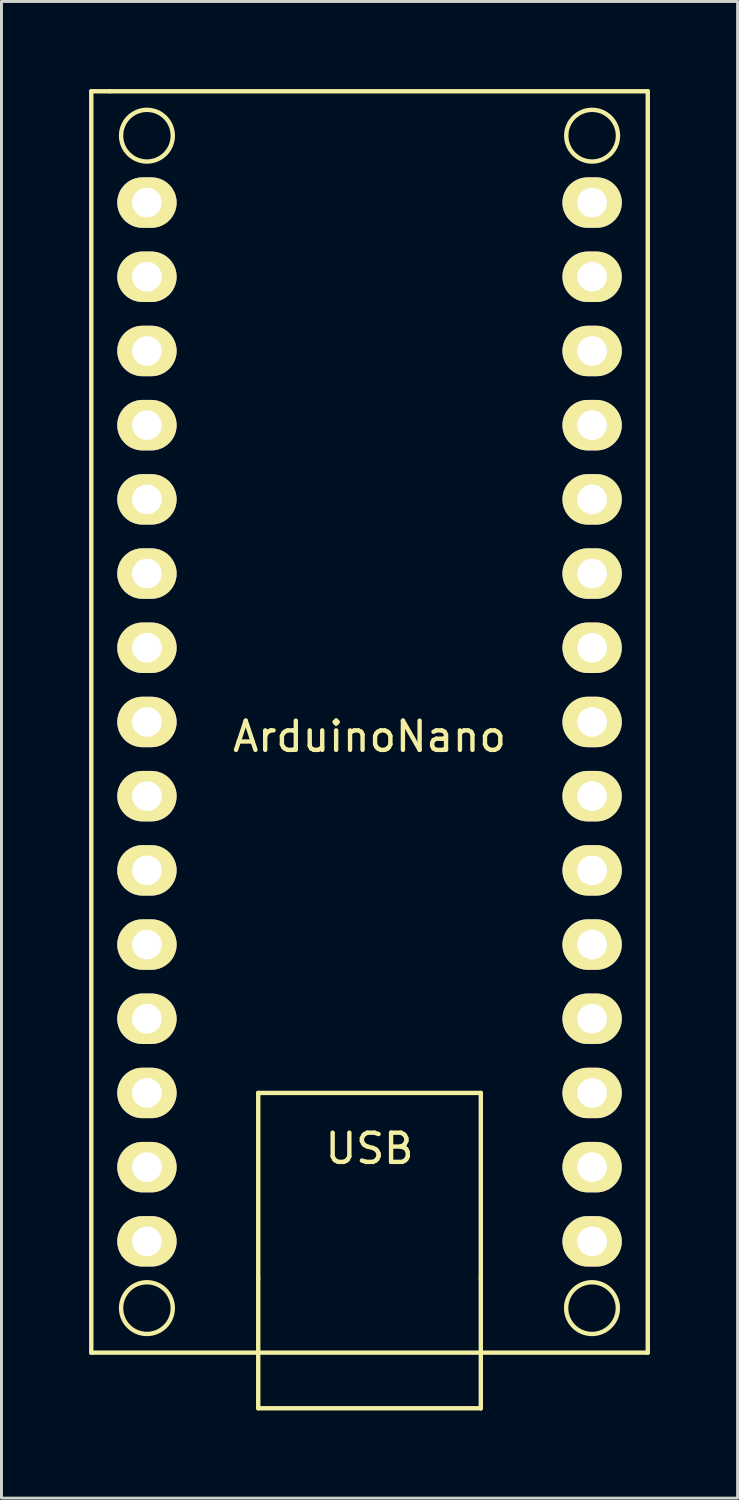
<source format=kicad_pcb>
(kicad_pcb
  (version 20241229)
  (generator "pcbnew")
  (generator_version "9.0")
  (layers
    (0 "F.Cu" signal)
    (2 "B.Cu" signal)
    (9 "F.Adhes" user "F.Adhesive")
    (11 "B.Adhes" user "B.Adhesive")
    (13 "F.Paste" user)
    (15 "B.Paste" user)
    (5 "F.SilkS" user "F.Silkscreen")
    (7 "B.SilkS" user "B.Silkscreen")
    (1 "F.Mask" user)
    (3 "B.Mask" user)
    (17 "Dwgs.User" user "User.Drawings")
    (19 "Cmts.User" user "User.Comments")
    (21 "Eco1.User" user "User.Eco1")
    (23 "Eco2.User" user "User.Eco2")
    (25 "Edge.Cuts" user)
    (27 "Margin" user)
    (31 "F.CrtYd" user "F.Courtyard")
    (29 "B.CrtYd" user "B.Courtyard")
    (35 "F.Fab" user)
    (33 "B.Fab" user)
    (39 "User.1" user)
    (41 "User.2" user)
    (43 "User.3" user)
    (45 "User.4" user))
  (footprint "ArduinoNano"
    (layer "F.Cu")
    (at 9.6 21.665)
    (property "Reference" "ArduinoNano" (at 0 0.5 0) (layer "F.SilkS") (effects (font (size 1 1) (thickness 0.15))))
    (attr through_hole)
    (fp_line (start -9.525 -21.59) (end -9.525 21.59) (stroke (width 0.15) (type solid)) (layer "F.SilkS"))
    (fp_line (start -9.525 21.59) (end 9.525 21.59) (stroke (width 0.15) (type solid)) (layer "F.SilkS"))
    (fp_line (start -8.89 -21.59) (end -9.525 -21.59) (stroke (width 0.15) (type solid)) (layer "F.SilkS"))
    (fp_line (start -3.81 12.7) (end 3.81 12.7) (stroke (width 0.15) (type solid)) (layer "F.SilkS"))
    (fp_line (start -3.81 19.05) (end -3.81 12.7) (stroke (width 0.15) (type solid)) (layer "F.SilkS"))
    (fp_line (start -3.81 19.05) (end -3.81 23.495) (stroke (width 0.15) (type solid)) (layer "F.SilkS"))
    (fp_line (start 3.81 12.7) (end 3.81 19.05) (stroke (width 0.15) (type solid)) (layer "F.SilkS"))
    (fp_line (start 3.81 19.05) (end 3.81 23.495) (stroke (width 0.15) (type solid)) (layer "F.SilkS"))
    (fp_line (start 3.81 23.495) (end -3.81 23.495) (stroke (width 0.15) (type solid)) (layer "F.SilkS"))
    (fp_line (start 9.525 -21.59) (end -8.89 -21.59) (stroke (width 0.15) (type solid)) (layer "F.SilkS"))
    (fp_line (start 9.525 21.59) (end 9.525 -21.59) (stroke (width 0.15) (type solid)) (layer "F.SilkS"))
    (fp_circle (center -7.62 -20.07) (end -6.735 -20.07) (stroke (width 0.15) (type solid)) (fill no) (layer "F.SilkS"))
    (fp_circle (center -7.62 20.066) (end -6.735 20.066) (stroke (width 0.15) (type solid)) (fill no) (layer "F.SilkS"))
    (fp_circle (center 7.616 20.066) (end 8.501 20.066) (stroke (width 0.15) (type solid)) (fill no) (layer "F.SilkS"))
    (fp_circle (center 7.62 -20.07) (end 8.505 -20.07) (stroke (width 0.15) (type solid)) (fill no) (layer "F.SilkS"))
    (fp_text user "USB" (at 0 14.605 0) (layer "F.SilkS") (effects (font (size 1 1) (thickness 0.15))))
    (pad "1" thru_hole oval (at -7.62 -17.78) (size 2.032 1.727) (drill 1.016) (layers "*.Cu" "*.Mask" "F.SilkS"))
    (pad "2" thru_hole oval (at -7.62 -15.24) (size 2.032 1.727) (drill 1.016) (layers "*.Cu" "*.Mask" "F.SilkS"))
    (pad "3" thru_hole oval (at -7.62 -12.7) (size 2.032 1.727) (drill 1.016) (layers "*.Cu" "*.Mask" "F.SilkS"))
    (pad "4" thru_hole oval (at -7.62 -10.16) (size 2.032 1.727) (drill 1.016) (layers "*.Cu" "*.Mask" "F.SilkS"))
    (pad "5" thru_hole oval (at -7.62 -7.62) (size 2.032 1.727) (drill 1.016) (layers "*.Cu" "*.Mask" "F.SilkS"))
    (pad "6" thru_hole oval (at -7.62 -5.08) (size 2.032 1.727) (drill 1.016) (layers "*.Cu" "*.Mask" "F.SilkS"))
    (pad "7" thru_hole oval (at -7.62 -2.54) (size 2.032 1.727) (drill 1.016) (layers "*.Cu" "*.Mask" "F.SilkS"))
    (pad "8" thru_hole oval (at -7.62 0) (size 2.032 1.727) (drill 1.016) (layers "*.Cu" "*.Mask" "F.SilkS"))
    (pad "9" thru_hole oval (at -7.62 2.54) (size 2.032 1.727) (drill 1.016) (layers "*.Cu" "*.Mask" "F.SilkS"))
    (pad "10" thru_hole oval (at -7.62 5.08) (size 2.032 1.727) (drill 1.016) (layers "*.Cu" "*.Mask" "F.SilkS"))
    (pad "11" thru_hole oval (at -7.62 7.62) (size 2.032 1.727) (drill 1.016) (layers "*.Cu" "*.Mask" "F.SilkS"))
    (pad "12" thru_hole oval (at -7.62 10.16) (size 2.032 1.727) (drill 1.016) (layers "*.Cu" "*.Mask" "F.SilkS"))
    (pad "13" thru_hole oval (at -7.62 12.7) (size 2.032 1.727) (drill 1.016) (layers "*.Cu" "*.Mask" "F.SilkS"))
    (pad "14" thru_hole oval (at -7.62 15.24) (size 2.032 1.727) (drill 1.016) (layers "*.Cu" "*.Mask" "F.SilkS"))
    (pad "15" thru_hole oval (at -7.62 17.78) (size 2.032 1.727) (drill 1.016) (layers "*.Cu" "*.Mask" "F.SilkS"))
    (pad "16" thru_hole oval (at 7.62 17.78) (size 2.032 1.727) (drill 1.016) (layers "*.Cu" "*.Mask" "F.SilkS"))
    (pad "17" thru_hole oval (at 7.62 15.24) (size 2.032 1.727) (drill 1.016) (layers "*.Cu" "*.Mask" "F.SilkS"))
    (pad "18" thru_hole oval (at 7.62 12.7) (size 2.032 1.727) (drill 1.016) (layers "*.Cu" "*.Mask" "F.SilkS"))
    (pad "19" thru_hole oval (at 7.62 10.16) (size 2.032 1.727) (drill 1.016) (layers "*.Cu" "*.Mask" "F.SilkS"))
    (pad "20" thru_hole oval (at 7.62 7.62) (size 2.032 1.727) (drill 1.016) (layers "*.Cu" "*.Mask" "F.SilkS"))
    (pad "21" thru_hole oval (at 7.62 5.08) (size 2.032 1.727) (drill 1.016) (layers "*.Cu" "*.Mask" "F.SilkS"))
    (pad "22" thru_hole oval (at 7.62 2.54) (size 2.032 1.727) (drill 1.016) (layers "*.Cu" "*.Mask" "F.SilkS"))
    (pad "23" thru_hole oval (at 7.62 0) (size 2.032 1.727) (drill 1.016) (layers "*.Cu" "*.Mask" "F.SilkS"))
    (pad "24" thru_hole oval (at 7.62 -2.54) (size 2.032 1.727) (drill 1.016) (layers "*.Cu" "*.Mask" "F.SilkS"))
    (pad "25" thru_hole oval (at 7.62 -5.08) (size 2.032 1.727) (drill 1.016) (layers "*.Cu" "*.Mask" "F.SilkS"))
    (pad "26" thru_hole oval (at 7.62 -7.62) (size 2.032 1.727) (drill 1.016) (layers "*.Cu" "*.Mask" "F.SilkS"))
    (pad "27" thru_hole oval (at 7.62 -10.16) (size 2.032 1.727) (drill 1.016) (layers "*.Cu" "*.Mask" "F.SilkS"))
    (pad "28" thru_hole oval (at 7.62 -12.7) (size 2.032 1.727) (drill 1.016) (layers "*.Cu" "*.Mask" "F.SilkS"))
    (pad "29" thru_hole oval (at 7.62 -15.24) (size 2.032 1.727) (drill 1.016) (layers "*.Cu" "*.Mask" "F.SilkS"))
    (pad "30" thru_hole oval (at 7.62 -17.78) (size 2.032 1.727) (drill 1.016) (layers "*.Cu" "*.Mask" "F.SilkS")))
  (gr_rect
    (start -3 -3)
    (end 22.2 48.235)
    (stroke (width 0.1) (type default))
    (fill no)
    (layer "Edge.Cuts")))
</source>
